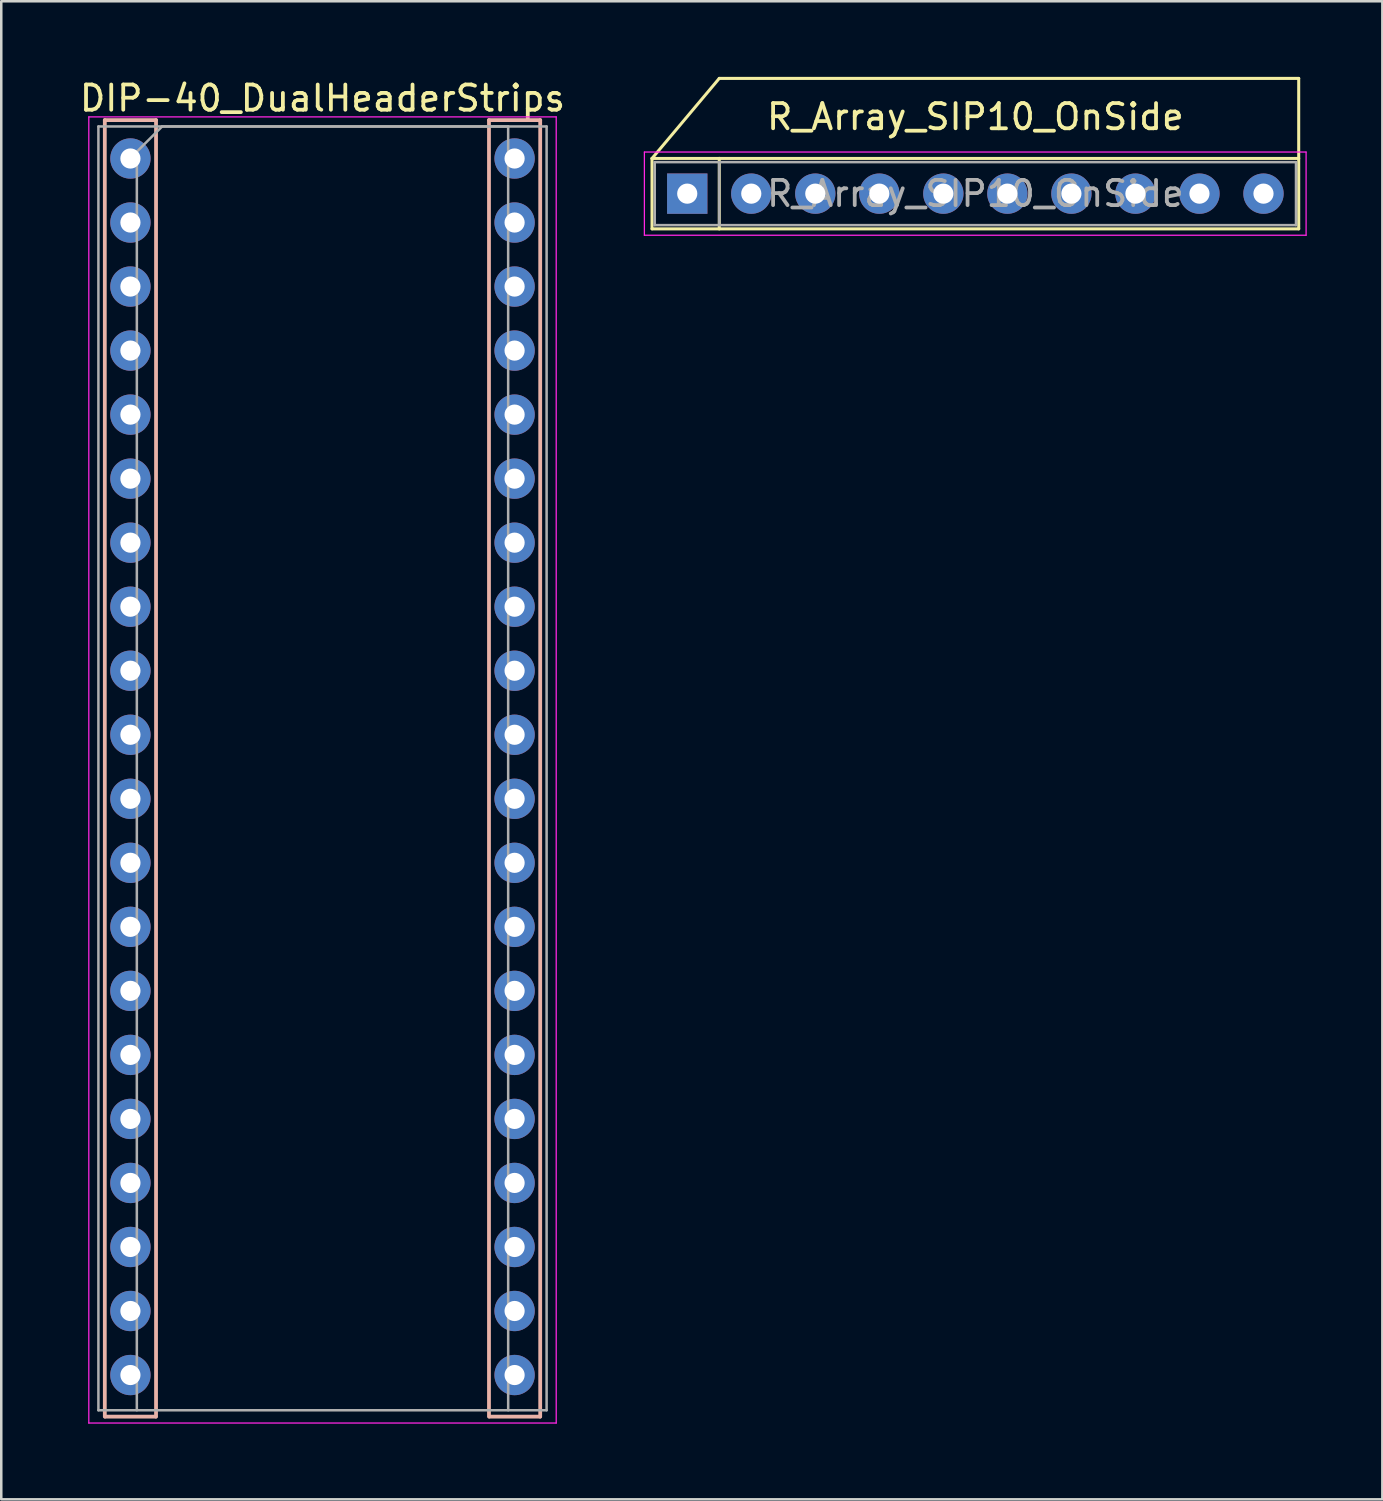
<source format=kicad_pcb>
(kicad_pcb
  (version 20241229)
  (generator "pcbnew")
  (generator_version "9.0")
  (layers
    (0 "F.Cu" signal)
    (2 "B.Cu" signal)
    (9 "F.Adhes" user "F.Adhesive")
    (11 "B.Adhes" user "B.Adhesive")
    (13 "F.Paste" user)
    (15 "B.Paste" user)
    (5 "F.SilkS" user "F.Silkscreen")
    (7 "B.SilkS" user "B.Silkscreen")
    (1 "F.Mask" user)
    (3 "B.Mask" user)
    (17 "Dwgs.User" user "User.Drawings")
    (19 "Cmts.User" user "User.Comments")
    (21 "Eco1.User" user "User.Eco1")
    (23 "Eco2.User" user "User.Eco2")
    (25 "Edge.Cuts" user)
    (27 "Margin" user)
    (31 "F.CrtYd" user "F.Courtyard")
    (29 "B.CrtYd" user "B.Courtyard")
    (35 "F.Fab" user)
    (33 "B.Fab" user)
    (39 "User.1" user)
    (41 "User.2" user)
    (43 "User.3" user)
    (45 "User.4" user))
  (footprint "R_Array_SIP10_OnSide"
    (layer "F.Cu")
    (at 24.213 4.632)
    (property "Reference" "R_Array_SIP10_OnSide" (at 11.43 -3.048 180) (layer "F.SilkS") (effects (font (size 1 1) (thickness 0.15))))
    (attr through_hole)
    (fp_line (start -1.397 -1.397) (end -1.397 1.397) (stroke (width 0.12) (type solid)) (layer "F.SilkS"))
    (fp_line (start -1.397 -1.397) (end 1.27 -4.572) (stroke (width 0.12) (type solid)) (layer "F.SilkS"))
    (fp_line (start -1.397 1.397) (end 24.257 1.397) (stroke (width 0.12) (type solid)) (layer "F.SilkS"))
    (fp_line (start 1.27 -4.572) (end 24.257 -4.572) (stroke (width 0.12) (type solid)) (layer "F.SilkS"))
    (fp_line (start 1.27 -1.4) (end 1.27 1.4) (stroke (width 0.12) (type solid)) (layer "F.SilkS"))
    (fp_line (start 24.257 -1.397) (end -1.397 -1.397) (stroke (width 0.12) (type solid)) (layer "F.SilkS"))
    (fp_line (start 24.257 1.397) (end 24.257 -4.572) (stroke (width 0.12) (type solid)) (layer "F.SilkS"))
    (fp_line (start -1.7 -1.65) (end -1.7 1.65) (stroke (width 0.05) (type solid)) (layer "F.CrtYd"))
    (fp_line (start -1.7 1.65) (end 24.55 1.65) (stroke (width 0.05) (type solid)) (layer "F.CrtYd"))
    (fp_line (start 24.55 -1.65) (end -1.7 -1.65) (stroke (width 0.05) (type solid)) (layer "F.CrtYd"))
    (fp_line (start 24.55 1.65) (end 24.55 -1.65) (stroke (width 0.05) (type solid)) (layer "F.CrtYd"))
    (fp_line (start -1.29 -1.25) (end -1.29 1.25) (stroke (width 0.1) (type solid)) (layer "F.Fab"))
    (fp_line (start -1.29 1.25) (end 24.15 1.25) (stroke (width 0.1) (type solid)) (layer "F.Fab"))
    (fp_line (start 1.27 -1.25) (end 1.27 1.25) (stroke (width 0.1) (type solid)) (layer "F.Fab"))
    (fp_line (start 24.15 -1.25) (end -1.29 -1.25) (stroke (width 0.1) (type solid)) (layer "F.Fab"))
    (fp_line (start 24.15 1.25) (end 24.15 -1.25) (stroke (width 0.1) (type solid)) (layer "F.Fab"))
    (fp_text user "${REFERENCE}" (at 11.43 0 0) (layer "F.Fab") (effects (font (size 1 1) (thickness 0.15))))
    (pad "1" thru_hole rect (at 0 0) (size 1.6 1.6) (drill 0.8) (layers "*.Cu" "*.Mask"))
    (pad "2" thru_hole oval (at 2.54 0) (size 1.6 1.6) (drill 0.8) (layers "*.Cu" "*.Mask"))
    (pad "3" thru_hole oval (at 5.08 0) (size 1.6 1.6) (drill 0.8) (layers "*.Cu" "*.Mask"))
    (pad "4" thru_hole oval (at 7.62 0) (size 1.6 1.6) (drill 0.8) (layers "*.Cu" "*.Mask"))
    (pad "5" thru_hole oval (at 10.16 0) (size 1.6 1.6) (drill 0.8) (layers "*.Cu" "*.Mask"))
    (pad "6" thru_hole oval (at 12.7 0) (size 1.6 1.6) (drill 0.8) (layers "*.Cu" "*.Mask"))
    (pad "7" thru_hole oval (at 15.24 0) (size 1.6 1.6) (drill 0.8) (layers "*.Cu" "*.Mask"))
    (pad "8" thru_hole oval (at 17.78 0) (size 1.6 1.6) (drill 0.8) (layers "*.Cu" "*.Mask"))
    (pad "9" thru_hole oval (at 20.32 0) (size 1.6 1.6) (drill 0.8) (layers "*.Cu" "*.Mask"))
    (pad "10" thru_hole oval (at 22.86 0) (size 1.6 1.6) (drill 0.8) (layers "*.Cu" "*.Mask")))
  (footprint "DIP-40_DualHeaderStrips"
    (layer "F.Cu")
    (at 2.124 3.238)
    (property "Reference" "DIP-40_DualHeaderStrips" (at 7.62 -2.39 0) (layer "F.SilkS") (effects (font (size 1 1) (thickness 0.15))))
    (attr through_hole)
    (fp_line (start -1.016 -1.524) (end -1.016 49.911) (stroke (width 0.15) (type solid)) (layer "B.SilkS"))
    (fp_line (start -1.016 -1.524) (end 1.016 -1.524) (stroke (width 0.15) (type solid)) (layer "B.SilkS"))
    (fp_line (start -1 49.911) (end 1 49.911) (stroke (width 0.15) (type solid)) (layer "B.SilkS"))
    (fp_line (start 1.016 -1.524) (end 1.016 49.911) (stroke (width 0.15) (type solid)) (layer "B.SilkS"))
    (fp_line (start 14.224 49.911) (end 14.224 -1.524) (stroke (width 0.15) (type solid)) (layer "B.SilkS"))
    (fp_line (start 14.25 49.911) (end 16.25 49.911) (stroke (width 0.15) (type solid)) (layer "B.SilkS"))
    (fp_line (start 16.256 -1.524) (end 14.224 -1.524) (stroke (width 0.15) (type solid)) (layer "B.SilkS"))
    (fp_line (start 16.256 49.911) (end 16.256 -1.524) (stroke (width 0.15) (type solid)) (layer "B.SilkS"))
    (fp_line (start -1.651 -1.651) (end -1.651 50.165) (stroke (width 0.05) (type solid)) (layer "F.CrtYd"))
    (fp_line (start -1.651 50.165) (end 16.891 50.165) (stroke (width 0.05) (type solid)) (layer "F.CrtYd"))
    (fp_line (start 16.891 -1.651) (end -1.651 -1.651) (stroke (width 0.05) (type solid)) (layer "F.CrtYd"))
    (fp_line (start 16.891 50.165) (end 16.891 -1.651) (stroke (width 0.05) (type solid)) (layer "F.CrtYd"))
    (fp_line (start -1.27 -1.27) (end -1.27 49.657) (stroke (width 0.1) (type solid)) (layer "F.Fab"))
    (fp_line (start -1.27 49.657) (end 16.51 49.657) (stroke (width 0.1) (type solid)) (layer "F.Fab"))
    (fp_line (start 0.254 49.657) (end 0.255 -0.27) (stroke (width 0.1) (type solid)) (layer "F.Fab"))
    (fp_line (start 0.255 -0.27) (end 1.255 -1.27) (stroke (width 0.1) (type solid)) (layer "F.Fab"))
    (fp_line (start 1.255 -1.27) (end 14.985 -1.27) (stroke (width 0.1) (type solid)) (layer "F.Fab"))
    (fp_line (start 14.985 -1.27) (end 14.986 49.657) (stroke (width 0.1) (type solid)) (layer "F.Fab"))
    (fp_line (start 16.51 -1.27) (end -1.27 -1.27) (stroke (width 0.1) (type solid)) (layer "F.Fab"))
    (fp_line (start 16.51 49.657) (end 16.51 -1.27) (stroke (width 0.1) (type solid)) (layer "F.Fab"))
    (pad "1" thru_hole circle (at 0 0) (size 1.6 1.6) (drill 0.8) (layers "*.Cu" "*.Mask"))
    (pad "2" thru_hole oval (at 0 2.54) (size 1.6 1.6) (drill 0.8) (layers "*.Cu" "*.Mask"))
    (pad "3" thru_hole oval (at 0 5.08) (size 1.6 1.6) (drill 0.8) (layers "*.Cu" "*.Mask"))
    (pad "4" thru_hole oval (at 0 7.62) (size 1.6 1.6) (drill 0.8) (layers "*.Cu" "*.Mask"))
    (pad "5" thru_hole oval (at 0 10.16) (size 1.6 1.6) (drill 0.8) (layers "*.Cu" "*.Mask"))
    (pad "6" thru_hole oval (at 0 12.7) (size 1.6 1.6) (drill 0.8) (layers "*.Cu" "*.Mask"))
    (pad "7" thru_hole oval (at 0 15.24) (size 1.6 1.6) (drill 0.8) (layers "*.Cu" "*.Mask"))
    (pad "8" thru_hole oval (at 0 17.78) (size 1.6 1.6) (drill 0.8) (layers "*.Cu" "*.Mask"))
    (pad "9" thru_hole oval (at 0 20.32) (size 1.6 1.6) (drill 0.8) (layers "*.Cu" "*.Mask"))
    (pad "10" thru_hole oval (at 0 22.86) (size 1.6 1.6) (drill 0.8) (layers "*.Cu" "*.Mask"))
    (pad "11" thru_hole oval (at 0 25.4) (size 1.6 1.6) (drill 0.8) (layers "*.Cu" "*.Mask"))
    (pad "12" thru_hole oval (at 0 27.94) (size 1.6 1.6) (drill 0.8) (layers "*.Cu" "*.Mask"))
    (pad "13" thru_hole oval (at 0 30.48) (size 1.6 1.6) (drill 0.8) (layers "*.Cu" "*.Mask"))
    (pad "14" thru_hole oval (at 0 33.02) (size 1.6 1.6) (drill 0.8) (layers "*.Cu" "*.Mask"))
    (pad "15" thru_hole oval (at 0 35.56) (size 1.6 1.6) (drill 0.8) (layers "*.Cu" "*.Mask"))
    (pad "16" thru_hole oval (at 0 38.1) (size 1.6 1.6) (drill 0.8) (layers "*.Cu" "*.Mask"))
    (pad "17" thru_hole oval (at 0 40.64) (size 1.6 1.6) (drill 0.8) (layers "*.Cu" "*.Mask"))
    (pad "18" thru_hole oval (at 0 43.18) (size 1.6 1.6) (drill 0.8) (layers "*.Cu" "*.Mask"))
    (pad "19" thru_hole oval (at 0 45.72) (size 1.6 1.6) (drill 0.8) (layers "*.Cu" "*.Mask"))
    (pad "20" thru_hole oval (at 0 48.26) (size 1.6 1.6) (drill 0.8) (layers "*.Cu" "*.Mask"))
    (pad "21" thru_hole oval (at 15.24 48.26) (size 1.6 1.6) (drill 0.8) (layers "*.Cu" "*.Mask"))
    (pad "22" thru_hole oval (at 15.24 45.72) (size 1.6 1.6) (drill 0.8) (layers "*.Cu" "*.Mask"))
    (pad "23" thru_hole oval (at 15.24 43.18) (size 1.6 1.6) (drill 0.8) (layers "*.Cu" "*.Mask"))
    (pad "24" thru_hole oval (at 15.24 40.64) (size 1.6 1.6) (drill 0.8) (layers "*.Cu" "*.Mask"))
    (pad "25" thru_hole oval (at 15.24 38.1) (size 1.6 1.6) (drill 0.8) (layers "*.Cu" "*.Mask"))
    (pad "26" thru_hole oval (at 15.24 35.56) (size 1.6 1.6) (drill 0.8) (layers "*.Cu" "*.Mask"))
    (pad "27" thru_hole oval (at 15.24 33.02) (size 1.6 1.6) (drill 0.8) (layers "*.Cu" "*.Mask"))
    (pad "28" thru_hole oval (at 15.24 30.48) (size 1.6 1.6) (drill 0.8) (layers "*.Cu" "*.Mask"))
    (pad "29" thru_hole oval (at 15.24 27.94) (size 1.6 1.6) (drill 0.8) (layers "*.Cu" "*.Mask"))
    (pad "30" thru_hole oval (at 15.24 25.4) (size 1.6 1.6) (drill 0.8) (layers "*.Cu" "*.Mask"))
    (pad "31" thru_hole oval (at 15.24 22.86) (size 1.6 1.6) (drill 0.8) (layers "*.Cu" "*.Mask"))
    (pad "32" thru_hole oval (at 15.24 20.32) (size 1.6 1.6) (drill 0.8) (layers "*.Cu" "*.Mask"))
    (pad "33" thru_hole oval (at 15.24 17.78) (size 1.6 1.6) (drill 0.8) (layers "*.Cu" "*.Mask"))
    (pad "34" thru_hole oval (at 15.24 15.24) (size 1.6 1.6) (drill 0.8) (layers "*.Cu" "*.Mask"))
    (pad "35" thru_hole oval (at 15.24 12.7) (size 1.6 1.6) (drill 0.8) (layers "*.Cu" "*.Mask"))
    (pad "36" thru_hole oval (at 15.24 10.16) (size 1.6 1.6) (drill 0.8) (layers "*.Cu" "*.Mask"))
    (pad "37" thru_hole oval (at 15.24 7.62) (size 1.6 1.6) (drill 0.8) (layers "*.Cu" "*.Mask"))
    (pad "38" thru_hole oval (at 15.24 5.08) (size 1.6 1.6) (drill 0.8) (layers "*.Cu" "*.Mask"))
    (pad "39" thru_hole oval (at 15.24 2.54) (size 1.6 1.6) (drill 0.8) (layers "*.Cu" "*.Mask"))
    (pad "40" thru_hole oval (at 15.24 0) (size 1.6 1.6) (drill 0.8) (layers "*.Cu" "*.Mask")))
  (gr_rect
    (start -3 -3)
    (end 51.788 56.428)
    (stroke (width 0.1) (type default))
    (fill no)
    (layer "Edge.Cuts")))
</source>
